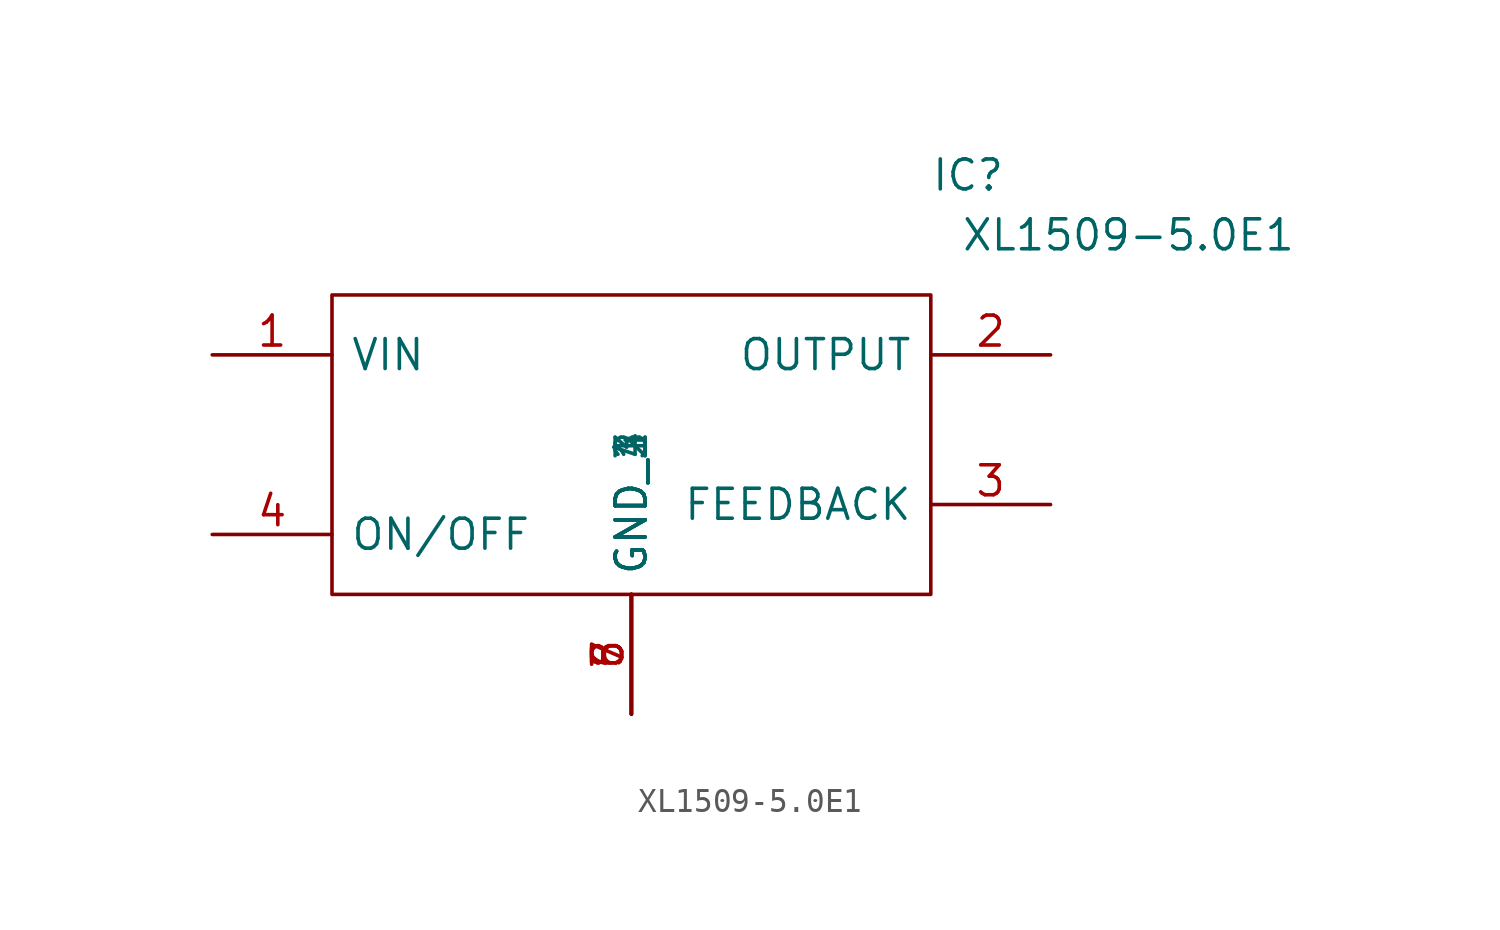
<source format=kicad_sym>
(kicad_symbol_lib
  (version 20200126)
  (host kicad_symbol_editor "(5.99.0-2809-gaceed2b0a4)")
  (symbol "New_Library:XL1509-5.0E1"
    (pin_names
      (offset 0.762))
    (property "Reference" "IC"
      (at 12.7 10.16 0)
      (effects (font (size 1.27 1.27)) (justify left)))
    (property "Value" "XL1509-5.0E1"
      (at 13.97 7.62 0)
      (effects (font (size 1.27 1.27)) (justify left)))
    (symbol "XL1509-5.0E1_0_1"
      (polyline (pts (xy -12.7 5.08) (xy 12.7 5.08) (xy 12.7 -7.62) (xy -12.7 -7.62) (xy -12.7 5.08)) (stroke (width 0.152)) (fill (type none))))
    (symbol "XL1509-5.0E1_0_0"
      (pin passive line (at -17.78 2.54 0) (length 5.08) (name "VIN" (effects (font (size 1.27 1.27)))) (number "1" (effects (font (size 1.27 1.27)))))
      (pin passive line (at 17.78 2.54 180) (length 5.08) (name "OUTPUT" (effects (font (size 1.27 1.27)))) (number "2" (effects (font (size 1.27 1.27)))))
      (pin passive line (at 17.78 -3.81 180) (length 5.08) (name "FEEDBACK" (effects (font (size 1.27 1.27)))) (number "3" (effects (font (size 1.27 1.27)))))
      (pin passive line (at -17.78 -5.08 0) (length 5.08) (name "ON/OFF" (effects (font (size 1.27 1.27)))) (number "4" (effects (font (size 1.27 1.27)))))
      (pin passive line (at 0 -12.7 90) (length 5.08) (name "GND_4" (effects (font (size 1.27 1.27)))) (number "8" (effects (font (size 1.27 1.27)))))
      (pin passive line (at 0 -12.7 90) (length 5.08) (name "GND_3" (effects (font (size 1.27 1.27)))) (number "7" (effects (font (size 1.27 1.27)))))
      (pin passive line (at 0 -12.7 90) (length 5.08) (name "GND_2" (effects (font (size 1.27 1.27)))) (number "6" (effects (font (size 1.27 1.27)))))
      (pin passive line (at 0 -12.7 90) (length 5.08) (name "GND_1" (effects (font (size 1.27 1.27)))) (number "5" (effects (font (size 1.27 1.27))))))))
</source>
